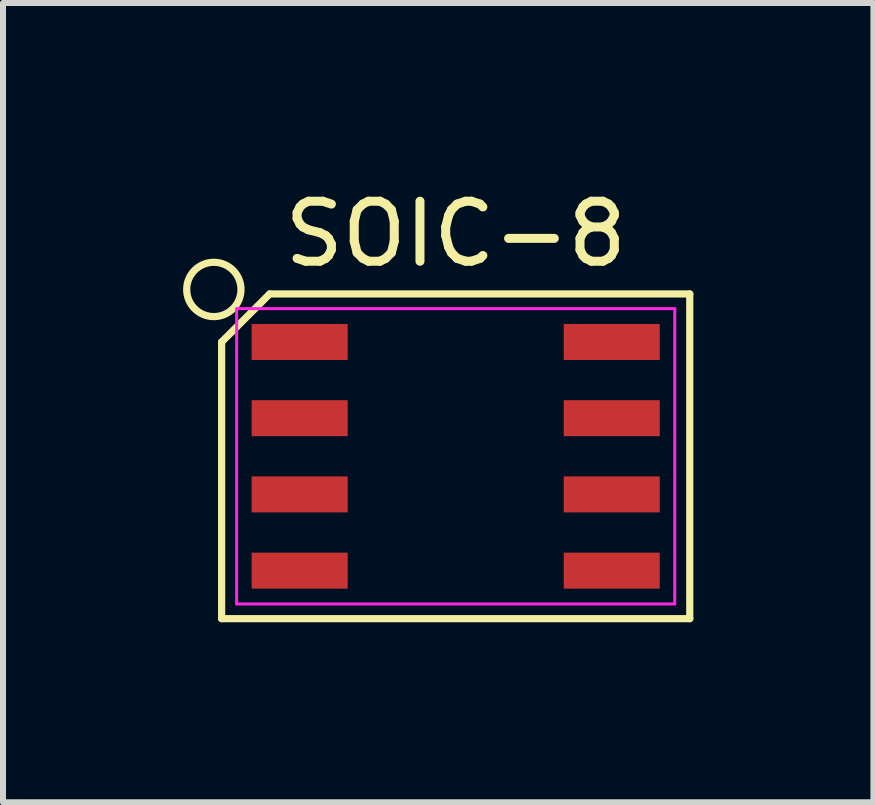
<source format=kicad_pcb>
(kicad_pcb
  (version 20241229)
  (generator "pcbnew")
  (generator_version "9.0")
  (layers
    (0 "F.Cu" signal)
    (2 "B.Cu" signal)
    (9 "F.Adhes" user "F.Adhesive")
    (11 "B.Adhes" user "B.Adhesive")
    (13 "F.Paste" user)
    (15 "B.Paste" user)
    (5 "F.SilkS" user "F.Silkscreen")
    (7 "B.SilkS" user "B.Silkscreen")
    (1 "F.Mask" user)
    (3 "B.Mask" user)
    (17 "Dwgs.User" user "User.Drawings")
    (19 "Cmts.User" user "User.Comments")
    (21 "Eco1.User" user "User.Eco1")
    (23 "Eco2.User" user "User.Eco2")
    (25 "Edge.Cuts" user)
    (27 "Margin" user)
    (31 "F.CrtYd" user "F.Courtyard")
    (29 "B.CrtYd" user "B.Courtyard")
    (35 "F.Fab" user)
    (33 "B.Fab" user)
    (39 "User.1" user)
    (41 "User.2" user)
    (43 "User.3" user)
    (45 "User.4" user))
  (footprint "SOIC-8"
    (layer "F.Cu")
    (at 4.623 4.433)
    (property "Reference" "SOIC-8" (at -0.08 -3.585 0) (layer "F.SilkS") (effects (font (size 1 1) (thickness 0.15))))
    (attr smd)
    (fp_line (start -3.98 -1.785) (end -3.18 -2.585) (stroke (width 0.12) (type solid)) (layer "F.SilkS"))
    (fp_line (start -3.98 2.825) (end -3.98 -1.785) (stroke (width 0.12) (type solid)) (layer "F.SilkS"))
    (fp_line (start -3.18 -2.585) (end 3.82 -2.585) (stroke (width 0.12) (type solid)) (layer "F.SilkS"))
    (fp_line (start 3.82 -2.585) (end 3.82 2.825) (stroke (width 0.12) (type solid)) (layer "F.SilkS"))
    (fp_line (start 3.82 2.825) (end -3.98 2.825) (stroke (width 0.12) (type solid)) (layer "F.SilkS"))
    (fp_circle (center -4.11 -2.66) (end -3.79 -2.34) (stroke (width 0.12) (type solid)) (fill no) (layer "F.SilkS"))
    (fp_line (start -3.73 -2.34) (end 3.57 -2.34) (stroke (width 0.05) (type solid)) (layer "F.CrtYd"))
    (fp_line (start -3.73 2.58) (end -3.73 -2.34) (stroke (width 0.05) (type solid)) (layer "F.CrtYd"))
    (fp_line (start 3.57 -2.34) (end 3.57 2.58) (stroke (width 0.05) (type solid)) (layer "F.CrtYd"))
    (fp_line (start 3.57 2.58) (end -3.73 2.58) (stroke (width 0.05) (type solid)) (layer "F.CrtYd"))
    (pad "1" smd rect (at -2.68 -1.785 270) (size 0.6 1.6) (layers "F.Cu" "F.Mask" "F.Paste"))
    (pad "2" smd rect (at -2.68 -0.515 270) (size 0.6 1.6) (layers "F.Cu" "F.Mask" "F.Paste"))
    (pad "3" smd rect (at -2.68 0.755 270) (size 0.6 1.6) (layers "F.Cu" "F.Mask" "F.Paste"))
    (pad "4" smd rect (at -2.68 2.025 270) (size 0.6 1.6) (layers "F.Cu" "F.Mask" "F.Paste"))
    (pad "5" smd rect (at 2.52 2.025 270) (size 0.6 1.6) (layers "F.Cu" "F.Mask" "F.Paste"))
    (pad "6" smd rect (at 2.52 0.755 270) (size 0.6 1.6) (layers "F.Cu" "F.Mask" "F.Paste"))
    (pad "7" smd rect (at 2.52 -0.515 270) (size 0.6 1.6) (layers "F.Cu" "F.Mask" "F.Paste"))
    (pad "8" smd rect (at 2.52 -1.785 270) (size 0.6 1.6) (layers "F.Cu" "F.Mask" "F.Paste")))
  (gr_rect
    (start -3 -3)
    (end 11.503 10.318)
    (stroke (width 0.1) (type default))
    (fill no)
    (layer "Edge.Cuts")))
</source>
